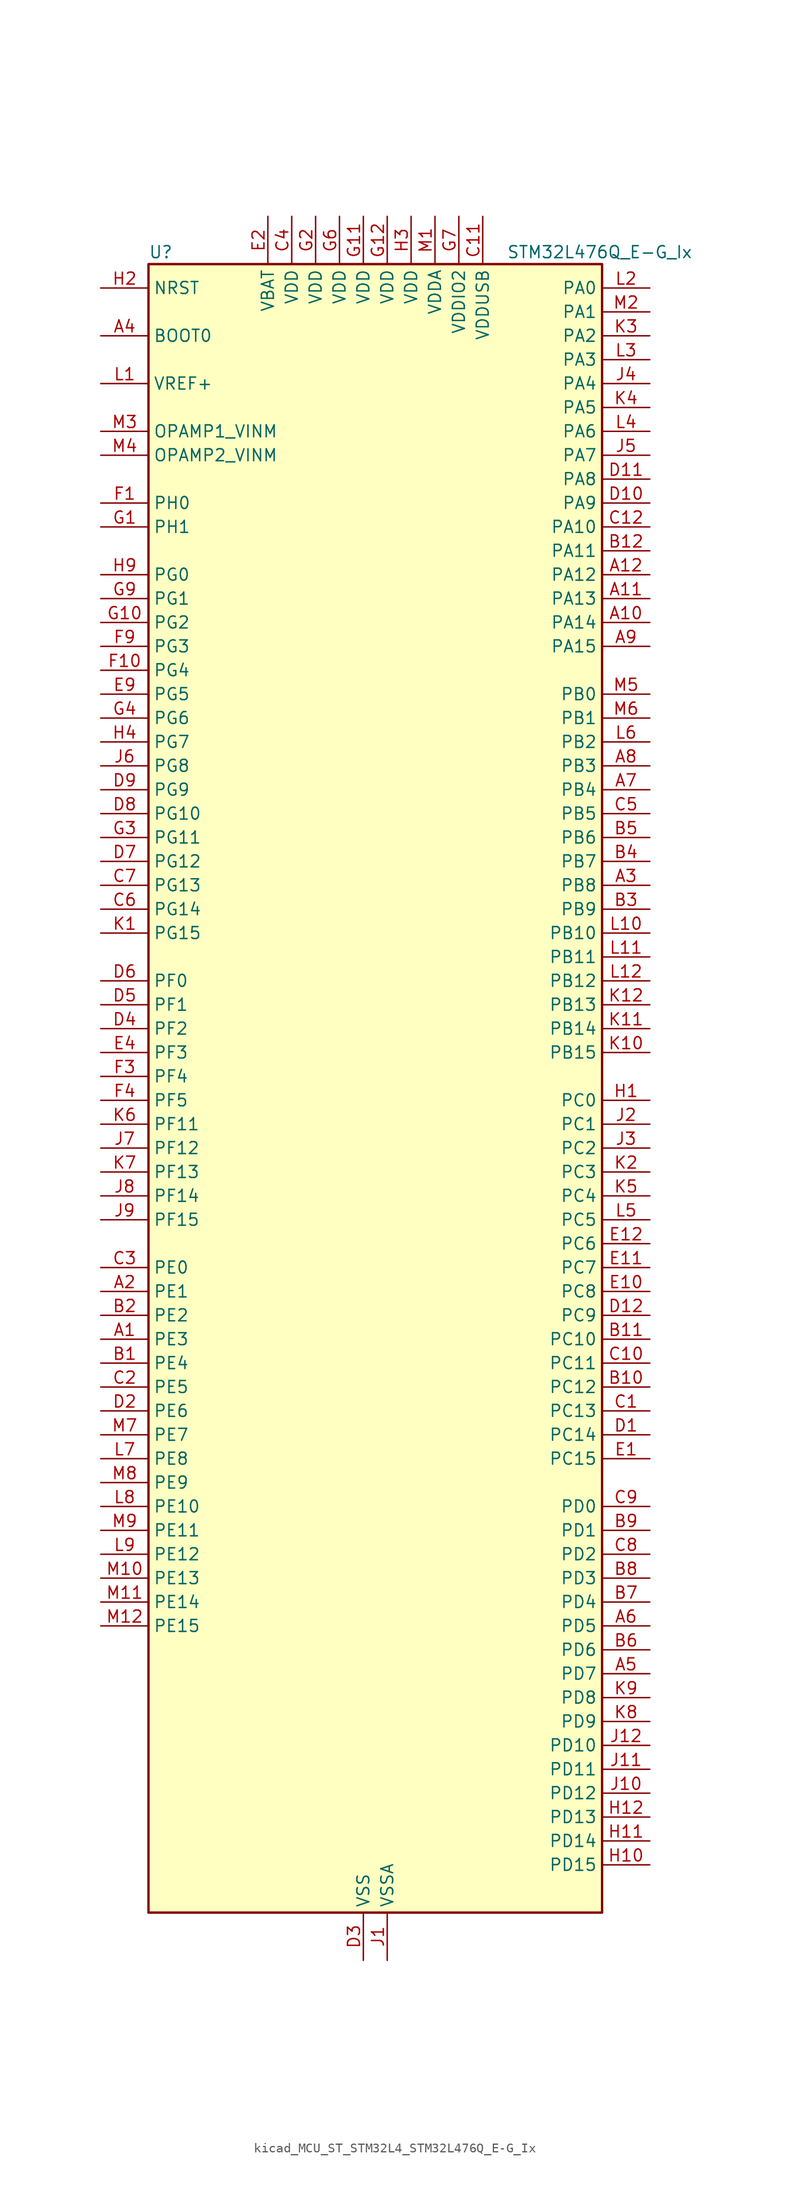
<source format=kicad_sym>
(kicad_symbol_lib
  (version 20220914)
  (generator kicad_symbol_editor)
  (symbol "kicad_MCU_ST_STM32L4_STM32L476Q_E-G_Ix"
    (property "Reference" "U"
      (at -22.86 90.17 0)
      (effects (font (size 1.27 1.27)) (justify left)))
    (property "Value" "STM32L476Q_E-G_Ix"
      (at 15.24 90.17 0)
      (effects (font (size 1.27 1.27)) (justify left)))
    (property "ki_locked" ""
      (at 0 0 0)
      (effects (font (size 1.27 1.27))))
    (symbol "kicad_MCU_ST_STM32L4_STM32L476Q_E-G_Ix_0_1"
      (rectangle (start -22.86 -86.36) (end 25.4 88.9) (stroke (width 0.254) (type default)) (fill (type background))))
    (symbol "kicad_MCU_ST_STM32L4_STM32L476Q_E-G_Ix_1_1"
      (pin bidirectional line (at -27.94 -25.4 0) (length 5.08) (name "PE3" (effects (font (size 1.27 1.27)))) (number "A1" (effects (font (size 1.27 1.27)))) (alternate "FMC_A19" bidirectional line) (alternate "LCD_SEG39" bidirectional line) (alternate "SAI1_SD_B" bidirectional line) (alternate "SYS_TRACED0" bidirectional line) (alternate "TIM3_CH1" bidirectional line) (alternate "TSC_G7_IO2" bidirectional line))
      (pin bidirectional line (at 30.48 50.8 180) (length 5.08) (name "PA14" (effects (font (size 1.27 1.27)))) (number "A10" (effects (font (size 1.27 1.27)))) (alternate "SYS_JTCK-SWCLK" bidirectional line))
      (pin bidirectional line (at 30.48 53.34 180) (length 5.08) (name "PA13" (effects (font (size 1.27 1.27)))) (number "A11" (effects (font (size 1.27 1.27)))) (alternate "IR_OUT" bidirectional line) (alternate "SYS_JTMS-SWDIO" bidirectional line) (alternate "USB_OTG_FS_NOE" bidirectional line))
      (pin bidirectional line (at 30.48 55.88 180) (length 5.08) (name "PA12" (effects (font (size 1.27 1.27)))) (number "A12" (effects (font (size 1.27 1.27)))) (alternate "CAN1_TX" bidirectional line) (alternate "TIM1_ETR" bidirectional line) (alternate "USART1_DE" bidirectional line) (alternate "USART1_RTS" bidirectional line) (alternate "USB_OTG_FS_DP" bidirectional line))
      (pin bidirectional line (at -27.94 -20.32 0) (length 5.08) (name "PE1" (effects (font (size 1.27 1.27)))) (number "A2" (effects (font (size 1.27 1.27)))) (alternate "FMC_NBL1" bidirectional line) (alternate "LCD_SEG37" bidirectional line) (alternate "TIM17_CH1" bidirectional line))
      (pin bidirectional line (at 30.48 22.86 180) (length 5.08) (name "PB8" (effects (font (size 1.27 1.27)))) (number "A3" (effects (font (size 1.27 1.27)))) (alternate "CAN1_RX" bidirectional line) (alternate "DFSDM1_DATIN6" bidirectional line) (alternate "I2C1_SCL" bidirectional line) (alternate "LCD_SEG16" bidirectional line) (alternate "SAI1_MCLK_A" bidirectional line) (alternate "SDMMC1_D4" bidirectional line) (alternate "TIM16_CH1" bidirectional line) (alternate "TIM4_CH3" bidirectional line))
      (pin input line (at -27.94 81.28 0) (length 5.08) (name "BOOT0" (effects (font (size 1.27 1.27)))) (number "A4" (effects (font (size 1.27 1.27)))))
      (pin bidirectional line (at 30.48 -60.96 180) (length 5.08) (name "PD7" (effects (font (size 1.27 1.27)))) (number "A5" (effects (font (size 1.27 1.27)))) (alternate "DFSDM1_CKIN1" bidirectional line) (alternate "FMC_NE1" bidirectional line) (alternate "USART2_CK" bidirectional line))
      (pin bidirectional line (at 30.48 -55.88 180) (length 5.08) (name "PD5" (effects (font (size 1.27 1.27)))) (number "A6" (effects (font (size 1.27 1.27)))) (alternate "FMC_NWE" bidirectional line) (alternate "USART2_TX" bidirectional line))
      (pin bidirectional line (at 30.48 33.02 180) (length 5.08) (name "PB4" (effects (font (size 1.27 1.27)))) (number "A7" (effects (font (size 1.27 1.27)))) (alternate "COMP2_INP" bidirectional line) (alternate "LCD_SEG8" bidirectional line) (alternate "SAI1_MCLK_B" bidirectional line) (alternate "SPI1_MISO" bidirectional line) (alternate "SPI3_MISO" bidirectional line) (alternate "SYS_JTRST" bidirectional line) (alternate "TIM17_BKIN" bidirectional line) (alternate "TIM3_CH1" bidirectional line) (alternate "TSC_G2_IO1" bidirectional line) (alternate "UART5_DE" bidirectional line) (alternate "UART5_RTS" bidirectional line) (alternate "USART1_CTS" bidirectional line))
      (pin bidirectional line (at 30.48 35.56 180) (length 5.08) (name "PB3" (effects (font (size 1.27 1.27)))) (number "A8" (effects (font (size 1.27 1.27)))) (alternate "COMP2_INM" bidirectional line) (alternate "LCD_SEG7" bidirectional line) (alternate "SAI1_SCK_B" bidirectional line) (alternate "SPI1_SCK" bidirectional line) (alternate "SPI3_SCK" bidirectional line) (alternate "SYS_JTDO-SWO" bidirectional line) (alternate "TIM2_CH2" bidirectional line) (alternate "USART1_DE" bidirectional line) (alternate "USART1_RTS" bidirectional line))
      (pin bidirectional line (at 30.48 48.26 180) (length 5.08) (name "PA15" (effects (font (size 1.27 1.27)))) (number "A9" (effects (font (size 1.27 1.27)))) (alternate "ADC1_EXTI15" bidirectional line) (alternate "ADC2_EXTI15" bidirectional line) (alternate "ADC3_EXTI15" bidirectional line) (alternate "LCD_SEG17" bidirectional line) (alternate "SAI2_FS_B" bidirectional line) (alternate "SPI1_NSS" bidirectional line) (alternate "SPI3_NSS" bidirectional line) (alternate "SYS_JTDI" bidirectional line) (alternate "TIM2_CH1" bidirectional line) (alternate "TIM2_ETR" bidirectional line) (alternate "TSC_G3_IO1" bidirectional line) (alternate "UART4_DE" bidirectional line) (alternate "UART4_RTS" bidirectional line))
      (pin bidirectional line (at -27.94 -27.94 0) (length 5.08) (name "PE4" (effects (font (size 1.27 1.27)))) (number "B1" (effects (font (size 1.27 1.27)))) (alternate "DFSDM1_DATIN3" bidirectional line) (alternate "FMC_A20" bidirectional line) (alternate "SAI1_FS_A" bidirectional line) (alternate "SYS_TRACED1" bidirectional line) (alternate "TIM3_CH2" bidirectional line) (alternate "TSC_G7_IO3" bidirectional line))
      (pin bidirectional line (at 30.48 -30.48 180) (length 5.08) (name "PC12" (effects (font (size 1.27 1.27)))) (number "B10" (effects (font (size 1.27 1.27)))) (alternate "LCD_COM6" bidirectional line) (alternate "LCD_SEG30" bidirectional line) (alternate "LCD_SEG42" bidirectional line) (alternate "SAI2_SD_B" bidirectional line) (alternate "SDMMC1_CK" bidirectional line) (alternate "SPI3_MOSI" bidirectional line) (alternate "TSC_G3_IO4" bidirectional line) (alternate "UART5_TX" bidirectional line) (alternate "USART3_CK" bidirectional line))
      (pin bidirectional line (at 30.48 -25.4 180) (length 5.08) (name "PC10" (effects (font (size 1.27 1.27)))) (number "B11" (effects (font (size 1.27 1.27)))) (alternate "LCD_COM4" bidirectional line) (alternate "LCD_SEG28" bidirectional line) (alternate "LCD_SEG40" bidirectional line) (alternate "SAI2_SCK_B" bidirectional line) (alternate "SDMMC1_D2" bidirectional line) (alternate "SPI3_SCK" bidirectional line) (alternate "TSC_G3_IO2" bidirectional line) (alternate "UART4_TX" bidirectional line) (alternate "USART3_TX" bidirectional line))
      (pin bidirectional line (at 30.48 58.42 180) (length 5.08) (name "PA11" (effects (font (size 1.27 1.27)))) (number "B12" (effects (font (size 1.27 1.27)))) (alternate "ADC1_EXTI11" bidirectional line) (alternate "ADC2_EXTI11" bidirectional line) (alternate "ADC3_EXTI11" bidirectional line) (alternate "CAN1_RX" bidirectional line) (alternate "TIM1_BKIN2" bidirectional line) (alternate "TIM1_BKIN2_COMP1" bidirectional line) (alternate "TIM1_CH4" bidirectional line) (alternate "USART1_CTS" bidirectional line) (alternate "USB_OTG_FS_DM" bidirectional line))
      (pin bidirectional line (at -27.94 -22.86 0) (length 5.08) (name "PE2" (effects (font (size 1.27 1.27)))) (number "B2" (effects (font (size 1.27 1.27)))) (alternate "FMC_A23" bidirectional line) (alternate "LCD_SEG38" bidirectional line) (alternate "SAI1_MCLK_A" bidirectional line) (alternate "SYS_TRACECLK" bidirectional line) (alternate "TIM3_ETR" bidirectional line) (alternate "TSC_G7_IO1" bidirectional line))
      (pin bidirectional line (at 30.48 20.32 180) (length 5.08) (name "PB9" (effects (font (size 1.27 1.27)))) (number "B3" (effects (font (size 1.27 1.27)))) (alternate "CAN1_TX" bidirectional line) (alternate "DAC1_EXTI9" bidirectional line) (alternate "DFSDM1_CKIN6" bidirectional line) (alternate "I2C1_SDA" bidirectional line) (alternate "IR_OUT" bidirectional line) (alternate "LCD_COM3" bidirectional line) (alternate "SAI1_FS_A" bidirectional line) (alternate "SDMMC1_D5" bidirectional line) (alternate "SPI2_NSS" bidirectional line) (alternate "TIM17_CH1" bidirectional line) (alternate "TIM4_CH4" bidirectional line))
      (pin bidirectional line (at 30.48 25.4 180) (length 5.08) (name "PB7" (effects (font (size 1.27 1.27)))) (number "B4" (effects (font (size 1.27 1.27)))) (alternate "COMP2_INM" bidirectional line) (alternate "DFSDM1_CKIN5" bidirectional line) (alternate "FMC_NL" bidirectional line) (alternate "I2C1_SDA" bidirectional line) (alternate "LCD_SEG21" bidirectional line) (alternate "LPTIM1_IN2" bidirectional line) (alternate "SYS_PVD_IN" bidirectional line) (alternate "TIM17_CH1N" bidirectional line) (alternate "TIM4_CH2" bidirectional line) (alternate "TIM8_BKIN" bidirectional line) (alternate "TIM8_BKIN_COMP1" bidirectional line) (alternate "TSC_G2_IO4" bidirectional line) (alternate "UART4_CTS" bidirectional line) (alternate "USART1_RX" bidirectional line))
      (pin bidirectional line (at 30.48 27.94 180) (length 5.08) (name "PB6" (effects (font (size 1.27 1.27)))) (number "B5" (effects (font (size 1.27 1.27)))) (alternate "COMP2_INP" bidirectional line) (alternate "DFSDM1_DATIN5" bidirectional line) (alternate "I2C1_SCL" bidirectional line) (alternate "LPTIM1_ETR" bidirectional line) (alternate "SAI1_FS_B" bidirectional line) (alternate "TIM16_CH1N" bidirectional line) (alternate "TIM4_CH1" bidirectional line) (alternate "TIM8_BKIN2" bidirectional line) (alternate "TIM8_BKIN2_COMP2" bidirectional line) (alternate "TSC_G2_IO3" bidirectional line) (alternate "USART1_TX" bidirectional line))
      (pin bidirectional line (at 30.48 -58.42 180) (length 5.08) (name "PD6" (effects (font (size 1.27 1.27)))) (number "B6" (effects (font (size 1.27 1.27)))) (alternate "DFSDM1_DATIN1" bidirectional line) (alternate "FMC_NWAIT" bidirectional line) (alternate "SAI1_SD_A" bidirectional line) (alternate "USART2_RX" bidirectional line))
      (pin bidirectional line (at 30.48 -53.34 180) (length 5.08) (name "PD4" (effects (font (size 1.27 1.27)))) (number "B7" (effects (font (size 1.27 1.27)))) (alternate "DFSDM1_CKIN0" bidirectional line) (alternate "FMC_NOE" bidirectional line) (alternate "SPI2_MOSI" bidirectional line) (alternate "USART2_DE" bidirectional line) (alternate "USART2_RTS" bidirectional line))
      (pin bidirectional line (at 30.48 -50.8 180) (length 5.08) (name "PD3" (effects (font (size 1.27 1.27)))) (number "B8" (effects (font (size 1.27 1.27)))) (alternate "DFSDM1_DATIN0" bidirectional line) (alternate "FMC_CLK" bidirectional line) (alternate "SPI2_MISO" bidirectional line) (alternate "USART2_CTS" bidirectional line))
      (pin bidirectional line (at 30.48 -45.72 180) (length 5.08) (name "PD1" (effects (font (size 1.27 1.27)))) (number "B9" (effects (font (size 1.27 1.27)))) (alternate "CAN1_TX" bidirectional line) (alternate "DFSDM1_CKIN7" bidirectional line) (alternate "FMC_D3" bidirectional line) (alternate "FMC_DA3" bidirectional line) (alternate "SPI2_SCK" bidirectional line))
      (pin bidirectional line (at 30.48 -33.02 180) (length 5.08) (name "PC13" (effects (font (size 1.27 1.27)))) (number "C1" (effects (font (size 1.27 1.27)))) (alternate "RTC_OUT_ALARM" bidirectional line) (alternate "RTC_OUT_CALIB" bidirectional line) (alternate "RTC_TAMP1" bidirectional line) (alternate "RTC_TS" bidirectional line) (alternate "SYS_WKUP2" bidirectional line))
      (pin bidirectional line (at 30.48 -27.94 180) (length 5.08) (name "PC11" (effects (font (size 1.27 1.27)))) (number "C10" (effects (font (size 1.27 1.27)))) (alternate "ADC1_EXTI11" bidirectional line) (alternate "ADC2_EXTI11" bidirectional line) (alternate "ADC3_EXTI11" bidirectional line) (alternate "LCD_COM5" bidirectional line) (alternate "LCD_SEG29" bidirectional line) (alternate "LCD_SEG41" bidirectional line) (alternate "SAI2_MCLK_B" bidirectional line) (alternate "SDMMC1_D3" bidirectional line) (alternate "SPI3_MISO" bidirectional line) (alternate "TSC_G3_IO3" bidirectional line) (alternate "UART4_RX" bidirectional line) (alternate "USART3_RX" bidirectional line))
      (pin power_in line (at 12.7 93.98 270) (length 5.08) (name "VDDUSB" (effects (font (size 1.27 1.27)))) (number "C11" (effects (font (size 1.27 1.27)))))
      (pin bidirectional line (at 30.48 60.96 180) (length 5.08) (name "PA10" (effects (font (size 1.27 1.27)))) (number "C12" (effects (font (size 1.27 1.27)))) (alternate "LCD_COM2" bidirectional line) (alternate "TIM17_BKIN" bidirectional line) (alternate "TIM1_CH3" bidirectional line) (alternate "USART1_RX" bidirectional line) (alternate "USB_OTG_FS_ID" bidirectional line))
      (pin bidirectional line (at -27.94 -30.48 0) (length 5.08) (name "PE5" (effects (font (size 1.27 1.27)))) (number "C2" (effects (font (size 1.27 1.27)))) (alternate "DFSDM1_CKIN3" bidirectional line) (alternate "FMC_A21" bidirectional line) (alternate "SAI1_SCK_A" bidirectional line) (alternate "SYS_TRACED2" bidirectional line) (alternate "TIM3_CH3" bidirectional line) (alternate "TSC_G7_IO4" bidirectional line))
      (pin bidirectional line (at -27.94 -17.78 0) (length 5.08) (name "PE0" (effects (font (size 1.27 1.27)))) (number "C3" (effects (font (size 1.27 1.27)))) (alternate "FMC_NBL0" bidirectional line) (alternate "LCD_SEG36" bidirectional line) (alternate "TIM16_CH1" bidirectional line) (alternate "TIM4_ETR" bidirectional line))
      (pin power_in line (at -7.62 93.98 270) (length 5.08) (name "VDD" (effects (font (size 1.27 1.27)))) (number "C4" (effects (font (size 1.27 1.27)))))
      (pin bidirectional line (at 30.48 30.48 180) (length 5.08) (name "PB5" (effects (font (size 1.27 1.27)))) (number "C5" (effects (font (size 1.27 1.27)))) (alternate "COMP2_OUT" bidirectional line) (alternate "I2C1_SMBA" bidirectional line) (alternate "LCD_SEG9" bidirectional line) (alternate "LPTIM1_IN1" bidirectional line) (alternate "SAI1_SD_B" bidirectional line) (alternate "SPI1_MOSI" bidirectional line) (alternate "SPI3_MOSI" bidirectional line) (alternate "TIM16_BKIN" bidirectional line) (alternate "TIM3_CH2" bidirectional line) (alternate "TSC_G2_IO2" bidirectional line) (alternate "UART5_CTS" bidirectional line) (alternate "USART1_CK" bidirectional line))
      (pin bidirectional line (at -27.94 20.32 0) (length 5.08) (name "PG14" (effects (font (size 1.27 1.27)))) (number "C6" (effects (font (size 1.27 1.27)))) (alternate "FMC_A25" bidirectional line) (alternate "I2C1_SCL" bidirectional line))
      (pin bidirectional line (at -27.94 22.86 0) (length 5.08) (name "PG13" (effects (font (size 1.27 1.27)))) (number "C7" (effects (font (size 1.27 1.27)))) (alternate "FMC_A24" bidirectional line) (alternate "I2C1_SDA" bidirectional line) (alternate "USART1_CK" bidirectional line))
      (pin bidirectional line (at 30.48 -48.26 180) (length 5.08) (name "PD2" (effects (font (size 1.27 1.27)))) (number "C8" (effects (font (size 1.27 1.27)))) (alternate "LCD_COM7" bidirectional line) (alternate "LCD_SEG31" bidirectional line) (alternate "LCD_SEG43" bidirectional line) (alternate "SDMMC1_CMD" bidirectional line) (alternate "TIM3_ETR" bidirectional line) (alternate "TSC_SYNC" bidirectional line) (alternate "UART5_RX" bidirectional line) (alternate "USART3_DE" bidirectional line) (alternate "USART3_RTS" bidirectional line))
      (pin bidirectional line (at 30.48 -43.18 180) (length 5.08) (name "PD0" (effects (font (size 1.27 1.27)))) (number "C9" (effects (font (size 1.27 1.27)))) (alternate "CAN1_RX" bidirectional line) (alternate "DFSDM1_DATIN7" bidirectional line) (alternate "FMC_D2" bidirectional line) (alternate "FMC_DA2" bidirectional line) (alternate "SPI2_NSS" bidirectional line))
      (pin bidirectional line (at 30.48 -35.56 180) (length 5.08) (name "PC14" (effects (font (size 1.27 1.27)))) (number "D1" (effects (font (size 1.27 1.27)))) (alternate "RCC_OSC32_IN" bidirectional line))
      (pin bidirectional line (at 30.48 63.5 180) (length 5.08) (name "PA9" (effects (font (size 1.27 1.27)))) (number "D10" (effects (font (size 1.27 1.27)))) (alternate "DAC1_EXTI9" bidirectional line) (alternate "LCD_COM1" bidirectional line) (alternate "TIM15_BKIN" bidirectional line) (alternate "TIM1_CH2" bidirectional line) (alternate "USART1_TX" bidirectional line) (alternate "USB_OTG_FS_VBUS" bidirectional line))
      (pin bidirectional line (at 30.48 66.04 180) (length 5.08) (name "PA8" (effects (font (size 1.27 1.27)))) (number "D11" (effects (font (size 1.27 1.27)))) (alternate "LCD_COM0" bidirectional line) (alternate "LPTIM2_OUT" bidirectional line) (alternate "RCC_MCO" bidirectional line) (alternate "TIM1_CH1" bidirectional line) (alternate "USART1_CK" bidirectional line) (alternate "USB_OTG_FS_SOF" bidirectional line))
      (pin bidirectional line (at 30.48 -22.86 180) (length 5.08) (name "PC9" (effects (font (size 1.27 1.27)))) (number "D12" (effects (font (size 1.27 1.27)))) (alternate "DAC1_EXTI9" bidirectional line) (alternate "LCD_SEG27" bidirectional line) (alternate "SAI2_EXTCLK" bidirectional line) (alternate "SDMMC1_D1" bidirectional line) (alternate "TIM3_CH4" bidirectional line) (alternate "TIM8_BKIN2" bidirectional line) (alternate "TIM8_BKIN2_COMP1" bidirectional line) (alternate "TIM8_CH4" bidirectional line) (alternate "TSC_G4_IO4" bidirectional line) (alternate "USB_OTG_FS_NOE" bidirectional line))
      (pin bidirectional line (at -27.94 -33.02 0) (length 5.08) (name "PE6" (effects (font (size 1.27 1.27)))) (number "D2" (effects (font (size 1.27 1.27)))) (alternate "FMC_A22" bidirectional line) (alternate "RTC_TAMP3" bidirectional line) (alternate "SAI1_SD_A" bidirectional line) (alternate "SYS_TRACED3" bidirectional line) (alternate "SYS_WKUP3" bidirectional line) (alternate "TIM3_CH4" bidirectional line))
      (pin power_in line (at 0 -91.44 90) (length 5.08) (name "VSS" (effects (font (size 1.27 1.27)))) (number "D3" (effects (font (size 1.27 1.27)))))
      (pin bidirectional line (at -27.94 7.62 0) (length 5.08) (name "PF2" (effects (font (size 1.27 1.27)))) (number "D4" (effects (font (size 1.27 1.27)))) (alternate "FMC_A2" bidirectional line) (alternate "I2C2_SMBA" bidirectional line))
      (pin bidirectional line (at -27.94 10.16 0) (length 5.08) (name "PF1" (effects (font (size 1.27 1.27)))) (number "D5" (effects (font (size 1.27 1.27)))) (alternate "FMC_A1" bidirectional line) (alternate "I2C2_SCL" bidirectional line))
      (pin bidirectional line (at -27.94 12.7 0) (length 5.08) (name "PF0" (effects (font (size 1.27 1.27)))) (number "D6" (effects (font (size 1.27 1.27)))) (alternate "FMC_A0" bidirectional line) (alternate "I2C2_SDA" bidirectional line))
      (pin bidirectional line (at -27.94 25.4 0) (length 5.08) (name "PG12" (effects (font (size 1.27 1.27)))) (number "D7" (effects (font (size 1.27 1.27)))) (alternate "FMC_NE4" bidirectional line) (alternate "LPTIM1_ETR" bidirectional line) (alternate "SAI2_SD_A" bidirectional line) (alternate "SPI3_NSS" bidirectional line) (alternate "USART1_DE" bidirectional line) (alternate "USART1_RTS" bidirectional line))
      (pin bidirectional line (at -27.94 30.48 0) (length 5.08) (name "PG10" (effects (font (size 1.27 1.27)))) (number "D8" (effects (font (size 1.27 1.27)))) (alternate "FMC_NE3" bidirectional line) (alternate "LPTIM1_IN1" bidirectional line) (alternate "SAI2_FS_A" bidirectional line) (alternate "SPI3_MISO" bidirectional line) (alternate "TIM15_CH1" bidirectional line) (alternate "USART1_RX" bidirectional line))
      (pin bidirectional line (at -27.94 33.02 0) (length 5.08) (name "PG9" (effects (font (size 1.27 1.27)))) (number "D9" (effects (font (size 1.27 1.27)))) (alternate "DAC1_EXTI9" bidirectional line) (alternate "FMC_NCE3" bidirectional line) (alternate "FMC_NE2" bidirectional line) (alternate "SAI2_SCK_A" bidirectional line) (alternate "SPI3_SCK" bidirectional line) (alternate "TIM15_CH1N" bidirectional line) (alternate "USART1_TX" bidirectional line))
      (pin bidirectional line (at 30.48 -38.1 180) (length 5.08) (name "PC15" (effects (font (size 1.27 1.27)))) (number "E1" (effects (font (size 1.27 1.27)))) (alternate "ADC1_EXTI15" bidirectional line) (alternate "ADC2_EXTI15" bidirectional line) (alternate "ADC3_EXTI15" bidirectional line) (alternate "RCC_OSC32_OUT" bidirectional line))
      (pin bidirectional line (at 30.48 -20.32 180) (length 5.08) (name "PC8" (effects (font (size 1.27 1.27)))) (number "E10" (effects (font (size 1.27 1.27)))) (alternate "LCD_SEG26" bidirectional line) (alternate "SDMMC1_D0" bidirectional line) (alternate "TIM3_CH3" bidirectional line) (alternate "TIM8_CH3" bidirectional line) (alternate "TSC_G4_IO3" bidirectional line))
      (pin bidirectional line (at 30.48 -17.78 180) (length 5.08) (name "PC7" (effects (font (size 1.27 1.27)))) (number "E11" (effects (font (size 1.27 1.27)))) (alternate "DFSDM1_DATIN3" bidirectional line) (alternate "LCD_SEG25" bidirectional line) (alternate "SAI2_MCLK_B" bidirectional line) (alternate "SDMMC1_D7" bidirectional line) (alternate "TIM3_CH2" bidirectional line) (alternate "TIM8_CH2" bidirectional line) (alternate "TSC_G4_IO2" bidirectional line))
      (pin bidirectional line (at 30.48 -15.24 180) (length 5.08) (name "PC6" (effects (font (size 1.27 1.27)))) (number "E12" (effects (font (size 1.27 1.27)))) (alternate "DFSDM1_CKIN3" bidirectional line) (alternate "LCD_SEG24" bidirectional line) (alternate "SAI2_MCLK_A" bidirectional line) (alternate "SDMMC1_D6" bidirectional line) (alternate "TIM3_CH1" bidirectional line) (alternate "TIM8_CH1" bidirectional line) (alternate "TSC_G4_IO1" bidirectional line))
      (pin power_in line (at -10.16 93.98 270) (length 5.08) (name "VBAT" (effects (font (size 1.27 1.27)))) (number "E2" (effects (font (size 1.27 1.27)))))
      (pin passive line (at 0 -91.44 90) (length 5.08) hide (name "VSS" (effects (font (size 1.27 1.27)))) (number "E3" (effects (font (size 1.27 1.27)))))
      (pin bidirectional line (at -27.94 5.08 0) (length 5.08) (name "PF3" (effects (font (size 1.27 1.27)))) (number "E4" (effects (font (size 1.27 1.27)))) (alternate "ADC3_IN6" bidirectional line) (alternate "FMC_A3" bidirectional line))
      (pin bidirectional line (at -27.94 43.18 0) (length 5.08) (name "PG5" (effects (font (size 1.27 1.27)))) (number "E9" (effects (font (size 1.27 1.27)))) (alternate "FMC_A15" bidirectional line) (alternate "LPUART1_CTS" bidirectional line) (alternate "SAI2_SD_B" bidirectional line) (alternate "SPI1_NSS" bidirectional line))
      (pin bidirectional line (at -27.94 63.5 0) (length 5.08) (name "PH0" (effects (font (size 1.27 1.27)))) (number "F1" (effects (font (size 1.27 1.27)))) (alternate "RCC_OSC_IN" bidirectional line))
      (pin bidirectional line (at -27.94 45.72 0) (length 5.08) (name "PG4" (effects (font (size 1.27 1.27)))) (number "F10" (effects (font (size 1.27 1.27)))) (alternate "FMC_A14" bidirectional line) (alternate "SAI2_MCLK_B" bidirectional line) (alternate "SPI1_MOSI" bidirectional line))
      (pin passive line (at 0 -91.44 90) (length 5.08) hide (name "VSS" (effects (font (size 1.27 1.27)))) (number "F11" (effects (font (size 1.27 1.27)))))
      (pin passive line (at 0 -91.44 90) (length 5.08) hide (name "VSS" (effects (font (size 1.27 1.27)))) (number "F12" (effects (font (size 1.27 1.27)))))
      (pin passive line (at 0 -91.44 90) (length 5.08) hide (name "VSS" (effects (font (size 1.27 1.27)))) (number "F2" (effects (font (size 1.27 1.27)))))
      (pin bidirectional line (at -27.94 2.54 0) (length 5.08) (name "PF4" (effects (font (size 1.27 1.27)))) (number "F3" (effects (font (size 1.27 1.27)))) (alternate "ADC3_IN7" bidirectional line) (alternate "FMC_A4" bidirectional line))
      (pin bidirectional line (at -27.94 0 0) (length 5.08) (name "PF5" (effects (font (size 1.27 1.27)))) (number "F4" (effects (font (size 1.27 1.27)))) (alternate "ADC3_IN8" bidirectional line) (alternate "FMC_A5" bidirectional line))
      (pin passive line (at 0 -91.44 90) (length 5.08) hide (name "VSS" (effects (font (size 1.27 1.27)))) (number "F6" (effects (font (size 1.27 1.27)))))
      (pin passive line (at 0 -91.44 90) (length 5.08) hide (name "VSS" (effects (font (size 1.27 1.27)))) (number "F7" (effects (font (size 1.27 1.27)))))
      (pin bidirectional line (at -27.94 48.26 0) (length 5.08) (name "PG3" (effects (font (size 1.27 1.27)))) (number "F9" (effects (font (size 1.27 1.27)))) (alternate "FMC_A13" bidirectional line) (alternate "SAI2_FS_B" bidirectional line) (alternate "SPI1_MISO" bidirectional line))
      (pin bidirectional line (at -27.94 60.96 0) (length 5.08) (name "PH1" (effects (font (size 1.27 1.27)))) (number "G1" (effects (font (size 1.27 1.27)))) (alternate "RCC_OSC_OUT" bidirectional line))
      (pin bidirectional line (at -27.94 50.8 0) (length 5.08) (name "PG2" (effects (font (size 1.27 1.27)))) (number "G10" (effects (font (size 1.27 1.27)))) (alternate "FMC_A12" bidirectional line) (alternate "SAI2_SCK_B" bidirectional line) (alternate "SPI1_SCK" bidirectional line))
      (pin power_in line (at 0 93.98 270) (length 5.08) (name "VDD" (effects (font (size 1.27 1.27)))) (number "G11" (effects (font (size 1.27 1.27)))))
      (pin power_in line (at 2.54 93.98 270) (length 5.08) (name "VDD" (effects (font (size 1.27 1.27)))) (number "G12" (effects (font (size 1.27 1.27)))))
      (pin power_in line (at -5.08 93.98 270) (length 5.08) (name "VDD" (effects (font (size 1.27 1.27)))) (number "G2" (effects (font (size 1.27 1.27)))))
      (pin bidirectional line (at -27.94 27.94 0) (length 5.08) (name "PG11" (effects (font (size 1.27 1.27)))) (number "G3" (effects (font (size 1.27 1.27)))) (alternate "ADC1_EXTI11" bidirectional line) (alternate "ADC2_EXTI11" bidirectional line) (alternate "ADC3_EXTI11" bidirectional line) (alternate "LPTIM1_IN2" bidirectional line) (alternate "SAI2_MCLK_A" bidirectional line) (alternate "SPI3_MOSI" bidirectional line) (alternate "TIM15_CH2" bidirectional line) (alternate "USART1_CTS" bidirectional line))
      (pin bidirectional line (at -27.94 40.64 0) (length 5.08) (name "PG6" (effects (font (size 1.27 1.27)))) (number "G4" (effects (font (size 1.27 1.27)))) (alternate "I2C3_SMBA" bidirectional line) (alternate "LPUART1_DE" bidirectional line) (alternate "LPUART1_RTS" bidirectional line))
      (pin power_in line (at -2.54 93.98 270) (length 5.08) (name "VDD" (effects (font (size 1.27 1.27)))) (number "G6" (effects (font (size 1.27 1.27)))))
      (pin power_in line (at 10.16 93.98 270) (length 5.08) (name "VDDIO2" (effects (font (size 1.27 1.27)))) (number "G7" (effects (font (size 1.27 1.27)))))
      (pin bidirectional line (at -27.94 53.34 0) (length 5.08) (name "PG1" (effects (font (size 1.27 1.27)))) (number "G9" (effects (font (size 1.27 1.27)))) (alternate "FMC_A11" bidirectional line) (alternate "TSC_G8_IO4" bidirectional line))
      (pin bidirectional line (at 30.48 0 180) (length 5.08) (name "PC0" (effects (font (size 1.27 1.27)))) (number "H1" (effects (font (size 1.27 1.27)))) (alternate "ADC1_IN1" bidirectional line) (alternate "ADC2_IN1" bidirectional line) (alternate "ADC3_IN1" bidirectional line) (alternate "DFSDM1_DATIN4" bidirectional line) (alternate "I2C3_SCL" bidirectional line) (alternate "LCD_SEG18" bidirectional line) (alternate "LPTIM1_IN1" bidirectional line) (alternate "LPTIM2_IN1" bidirectional line) (alternate "LPUART1_RX" bidirectional line))
      (pin bidirectional line (at 30.48 -81.28 180) (length 5.08) (name "PD15" (effects (font (size 1.27 1.27)))) (number "H10" (effects (font (size 1.27 1.27)))) (alternate "ADC1_EXTI15" bidirectional line) (alternate "ADC2_EXTI15" bidirectional line) (alternate "ADC3_EXTI15" bidirectional line) (alternate "FMC_D1" bidirectional line) (alternate "FMC_DA1" bidirectional line) (alternate "LCD_SEG35" bidirectional line) (alternate "TIM4_CH4" bidirectional line))
      (pin bidirectional line (at 30.48 -78.74 180) (length 5.08) (name "PD14" (effects (font (size 1.27 1.27)))) (number "H11" (effects (font (size 1.27 1.27)))) (alternate "FMC_D0" bidirectional line) (alternate "FMC_DA0" bidirectional line) (alternate "LCD_SEG34" bidirectional line) (alternate "TIM4_CH3" bidirectional line))
      (pin bidirectional line (at 30.48 -76.2 180) (length 5.08) (name "PD13" (effects (font (size 1.27 1.27)))) (number "H12" (effects (font (size 1.27 1.27)))) (alternate "FMC_A18" bidirectional line) (alternate "LCD_SEG33" bidirectional line) (alternate "LPTIM2_OUT" bidirectional line) (alternate "TIM4_CH2" bidirectional line) (alternate "TSC_G6_IO4" bidirectional line))
      (pin input line (at -27.94 86.36 0) (length 5.08) (name "NRST" (effects (font (size 1.27 1.27)))) (number "H2" (effects (font (size 1.27 1.27)))))
      (pin power_in line (at 5.08 93.98 270) (length 5.08) (name "VDD" (effects (font (size 1.27 1.27)))) (number "H3" (effects (font (size 1.27 1.27)))))
      (pin bidirectional line (at -27.94 38.1 0) (length 5.08) (name "PG7" (effects (font (size 1.27 1.27)))) (number "H4" (effects (font (size 1.27 1.27)))) (alternate "FMC_INT3" bidirectional line) (alternate "I2C3_SCL" bidirectional line) (alternate "LPUART1_TX" bidirectional line))
      (pin bidirectional line (at -27.94 55.88 0) (length 5.08) (name "PG0" (effects (font (size 1.27 1.27)))) (number "H9" (effects (font (size 1.27 1.27)))) (alternate "FMC_A10" bidirectional line) (alternate "TSC_G8_IO3" bidirectional line))
      (pin power_in line (at 2.54 -91.44 90) (length 5.08) (name "VSSA" (effects (font (size 1.27 1.27)))) (number "J1" (effects (font (size 1.27 1.27)))))
      (pin bidirectional line (at 30.48 -73.66 180) (length 5.08) (name "PD12" (effects (font (size 1.27 1.27)))) (number "J10" (effects (font (size 1.27 1.27)))) (alternate "FMC_A17" bidirectional line) (alternate "FMC_ALE" bidirectional line) (alternate "LCD_SEG32" bidirectional line) (alternate "LPTIM2_IN1" bidirectional line) (alternate "SAI2_FS_A" bidirectional line) (alternate "TIM4_CH1" bidirectional line) (alternate "TSC_G6_IO3" bidirectional line) (alternate "USART3_DE" bidirectional line) (alternate "USART3_RTS" bidirectional line))
      (pin bidirectional line (at 30.48 -71.12 180) (length 5.08) (name "PD11" (effects (font (size 1.27 1.27)))) (number "J11" (effects (font (size 1.27 1.27)))) (alternate "ADC1_EXTI11" bidirectional line) (alternate "ADC2_EXTI11" bidirectional line) (alternate "ADC3_EXTI11" bidirectional line) (alternate "FMC_A16" bidirectional line) (alternate "FMC_CLE" bidirectional line) (alternate "LCD_SEG31" bidirectional line) (alternate "LPTIM2_ETR" bidirectional line) (alternate "SAI2_SD_A" bidirectional line) (alternate "TSC_G6_IO2" bidirectional line) (alternate "USART3_CTS" bidirectional line))
      (pin bidirectional line (at 30.48 -68.58 180) (length 5.08) (name "PD10" (effects (font (size 1.27 1.27)))) (number "J12" (effects (font (size 1.27 1.27)))) (alternate "FMC_D15" bidirectional line) (alternate "FMC_DA15" bidirectional line) (alternate "LCD_SEG30" bidirectional line) (alternate "SAI2_SCK_A" bidirectional line) (alternate "TSC_G6_IO1" bidirectional line) (alternate "USART3_CK" bidirectional line))
      (pin bidirectional line (at 30.48 -2.54 180) (length 5.08) (name "PC1" (effects (font (size 1.27 1.27)))) (number "J2" (effects (font (size 1.27 1.27)))) (alternate "ADC1_IN2" bidirectional line) (alternate "ADC2_IN2" bidirectional line) (alternate "ADC3_IN2" bidirectional line) (alternate "DFSDM1_CKIN4" bidirectional line) (alternate "I2C3_SDA" bidirectional line) (alternate "LCD_SEG19" bidirectional line) (alternate "LPTIM1_OUT" bidirectional line) (alternate "LPUART1_TX" bidirectional line))
      (pin bidirectional line (at 30.48 -5.08 180) (length 5.08) (name "PC2" (effects (font (size 1.27 1.27)))) (number "J3" (effects (font (size 1.27 1.27)))) (alternate "ADC1_IN3" bidirectional line) (alternate "ADC2_IN3" bidirectional line) (alternate "ADC3_IN3" bidirectional line) (alternate "DFSDM1_CKOUT" bidirectional line) (alternate "LCD_SEG20" bidirectional line) (alternate "LPTIM1_IN2" bidirectional line) (alternate "SPI2_MISO" bidirectional line))
      (pin bidirectional line (at 30.48 76.2 180) (length 5.08) (name "PA4" (effects (font (size 1.27 1.27)))) (number "J4" (effects (font (size 1.27 1.27)))) (alternate "ADC1_IN9" bidirectional line) (alternate "ADC2_IN9" bidirectional line) (alternate "DAC1_OUT1" bidirectional line) (alternate "LPTIM2_OUT" bidirectional line) (alternate "SAI1_FS_B" bidirectional line) (alternate "SPI1_NSS" bidirectional line) (alternate "SPI3_NSS" bidirectional line) (alternate "USART2_CK" bidirectional line))
      (pin bidirectional line (at 30.48 68.58 180) (length 5.08) (name "PA7" (effects (font (size 1.27 1.27)))) (number "J5" (effects (font (size 1.27 1.27)))) (alternate "ADC1_IN12" bidirectional line) (alternate "ADC2_IN12" bidirectional line) (alternate "LCD_SEG4" bidirectional line) (alternate "OPAMP2_VINM" bidirectional line) (alternate "QUADSPI_BK1_IO2" bidirectional line) (alternate "SPI1_MOSI" bidirectional line) (alternate "TIM17_CH1" bidirectional line) (alternate "TIM1_CH1N" bidirectional line) (alternate "TIM3_CH2" bidirectional line) (alternate "TIM8_CH1N" bidirectional line))
      (pin bidirectional line (at -27.94 35.56 0) (length 5.08) (name "PG8" (effects (font (size 1.27 1.27)))) (number "J6" (effects (font (size 1.27 1.27)))) (alternate "I2C3_SDA" bidirectional line) (alternate "LPUART1_RX" bidirectional line))
      (pin bidirectional line (at -27.94 -5.08 0) (length 5.08) (name "PF12" (effects (font (size 1.27 1.27)))) (number "J7" (effects (font (size 1.27 1.27)))) (alternate "FMC_A6" bidirectional line))
      (pin bidirectional line (at -27.94 -10.16 0) (length 5.08) (name "PF14" (effects (font (size 1.27 1.27)))) (number "J8" (effects (font (size 1.27 1.27)))) (alternate "DFSDM1_CKIN6" bidirectional line) (alternate "FMC_A8" bidirectional line) (alternate "TSC_G8_IO1" bidirectional line))
      (pin bidirectional line (at -27.94 -12.7 0) (length 5.08) (name "PF15" (effects (font (size 1.27 1.27)))) (number "J9" (effects (font (size 1.27 1.27)))) (alternate "ADC1_EXTI15" bidirectional line) (alternate "ADC2_EXTI15" bidirectional line) (alternate "ADC3_EXTI15" bidirectional line) (alternate "FMC_A9" bidirectional line) (alternate "TSC_G8_IO2" bidirectional line))
      (pin bidirectional line (at -27.94 17.78 0) (length 5.08) (name "PG15" (effects (font (size 1.27 1.27)))) (number "K1" (effects (font (size 1.27 1.27)))) (alternate "ADC1_EXTI15" bidirectional line) (alternate "ADC2_EXTI15" bidirectional line) (alternate "ADC3_EXTI15" bidirectional line) (alternate "I2C1_SMBA" bidirectional line) (alternate "LPTIM1_OUT" bidirectional line))
      (pin bidirectional line (at 30.48 5.08 180) (length 5.08) (name "PB15" (effects (font (size 1.27 1.27)))) (number "K10" (effects (font (size 1.27 1.27)))) (alternate "ADC1_EXTI15" bidirectional line) (alternate "ADC2_EXTI15" bidirectional line) (alternate "ADC3_EXTI15" bidirectional line) (alternate "DFSDM1_CKIN2" bidirectional line) (alternate "LCD_SEG15" bidirectional line) (alternate "RTC_REFIN" bidirectional line) (alternate "SAI2_SD_A" bidirectional line) (alternate "SPI2_MOSI" bidirectional line) (alternate "SWPMI1_SUSPEND" bidirectional line) (alternate "TIM15_CH2" bidirectional line) (alternate "TIM1_CH3N" bidirectional line) (alternate "TIM8_CH3N" bidirectional line) (alternate "TSC_G1_IO4" bidirectional line))
      (pin bidirectional line (at 30.48 7.62 180) (length 5.08) (name "PB14" (effects (font (size 1.27 1.27)))) (number "K11" (effects (font (size 1.27 1.27)))) (alternate "DFSDM1_DATIN2" bidirectional line) (alternate "I2C2_SDA" bidirectional line) (alternate "LCD_SEG14" bidirectional line) (alternate "SAI2_MCLK_A" bidirectional line) (alternate "SPI2_MISO" bidirectional line) (alternate "SWPMI1_RX" bidirectional line) (alternate "TIM15_CH1" bidirectional line) (alternate "TIM1_CH2N" bidirectional line) (alternate "TIM8_CH2N" bidirectional line) (alternate "TSC_G1_IO3" bidirectional line) (alternate "USART3_DE" bidirectional line) (alternate "USART3_RTS" bidirectional line))
      (pin bidirectional line (at 30.48 10.16 180) (length 5.08) (name "PB13" (effects (font (size 1.27 1.27)))) (number "K12" (effects (font (size 1.27 1.27)))) (alternate "DFSDM1_CKIN1" bidirectional line) (alternate "I2C2_SCL" bidirectional line) (alternate "LCD_SEG13" bidirectional line) (alternate "LPUART1_CTS" bidirectional line) (alternate "SAI2_SCK_A" bidirectional line) (alternate "SPI2_SCK" bidirectional line) (alternate "SWPMI1_TX" bidirectional line) (alternate "TIM15_CH1N" bidirectional line) (alternate "TIM1_CH1N" bidirectional line) (alternate "TSC_G1_IO2" bidirectional line) (alternate "USART3_CTS" bidirectional line))
      (pin bidirectional line (at 30.48 -7.62 180) (length 5.08) (name "PC3" (effects (font (size 1.27 1.27)))) (number "K2" (effects (font (size 1.27 1.27)))) (alternate "ADC1_IN4" bidirectional line) (alternate "ADC2_IN4" bidirectional line) (alternate "ADC3_IN4" bidirectional line) (alternate "LCD_VLCD" bidirectional line) (alternate "LPTIM1_ETR" bidirectional line) (alternate "LPTIM2_ETR" bidirectional line) (alternate "SAI1_SD_A" bidirectional line) (alternate "SPI2_MOSI" bidirectional line))
      (pin bidirectional line (at 30.48 81.28 180) (length 5.08) (name "PA2" (effects (font (size 1.27 1.27)))) (number "K3" (effects (font (size 1.27 1.27)))) (alternate "ADC1_IN7" bidirectional line) (alternate "ADC2_IN7" bidirectional line) (alternate "LCD_SEG1" bidirectional line) (alternate "RCC_LSCO" bidirectional line) (alternate "SAI2_EXTCLK" bidirectional line) (alternate "SYS_WKUP4" bidirectional line) (alternate "TIM15_CH1" bidirectional line) (alternate "TIM2_CH3" bidirectional line) (alternate "TIM5_CH3" bidirectional line) (alternate "USART2_TX" bidirectional line))
      (pin bidirectional line (at 30.48 73.66 180) (length 5.08) (name "PA5" (effects (font (size 1.27 1.27)))) (number "K4" (effects (font (size 1.27 1.27)))) (alternate "ADC1_IN10" bidirectional line) (alternate "ADC2_IN10" bidirectional line) (alternate "DAC1_OUT2" bidirectional line) (alternate "LPTIM2_ETR" bidirectional line) (alternate "SPI1_SCK" bidirectional line) (alternate "TIM2_CH1" bidirectional line) (alternate "TIM2_ETR" bidirectional line) (alternate "TIM8_CH1N" bidirectional line))
      (pin bidirectional line (at 30.48 -10.16 180) (length 5.08) (name "PC4" (effects (font (size 1.27 1.27)))) (number "K5" (effects (font (size 1.27 1.27)))) (alternate "ADC1_IN13" bidirectional line) (alternate "ADC2_IN13" bidirectional line) (alternate "COMP1_INM" bidirectional line) (alternate "LCD_SEG22" bidirectional line) (alternate "USART3_TX" bidirectional line))
      (pin bidirectional line (at -27.94 -2.54 0) (length 5.08) (name "PF11" (effects (font (size 1.27 1.27)))) (number "K6" (effects (font (size 1.27 1.27)))) (alternate "ADC1_EXTI11" bidirectional line) (alternate "ADC2_EXTI11" bidirectional line) (alternate "ADC3_EXTI11" bidirectional line))
      (pin bidirectional line (at -27.94 -7.62 0) (length 5.08) (name "PF13" (effects (font (size 1.27 1.27)))) (number "K7" (effects (font (size 1.27 1.27)))) (alternate "DFSDM1_DATIN6" bidirectional line) (alternate "FMC_A7" bidirectional line))
      (pin bidirectional line (at 30.48 -66.04 180) (length 5.08) (name "PD9" (effects (font (size 1.27 1.27)))) (number "K8" (effects (font (size 1.27 1.27)))) (alternate "DAC1_EXTI9" bidirectional line) (alternate "FMC_D14" bidirectional line) (alternate "FMC_DA14" bidirectional line) (alternate "LCD_SEG29" bidirectional line) (alternate "SAI2_MCLK_A" bidirectional line) (alternate "USART3_RX" bidirectional line))
      (pin bidirectional line (at 30.48 -63.5 180) (length 5.08) (name "PD8" (effects (font (size 1.27 1.27)))) (number "K9" (effects (font (size 1.27 1.27)))) (alternate "FMC_D13" bidirectional line) (alternate "FMC_DA13" bidirectional line) (alternate "LCD_SEG28" bidirectional line) (alternate "USART3_TX" bidirectional line))
      (pin input line (at -27.94 76.2 0) (length 5.08) (name "VREF+" (effects (font (size 1.27 1.27)))) (number "L1" (effects (font (size 1.27 1.27)))) (alternate "VREFBUF_OUT" bidirectional line))
      (pin bidirectional line (at 30.48 17.78 180) (length 5.08) (name "PB10" (effects (font (size 1.27 1.27)))) (number "L10" (effects (font (size 1.27 1.27)))) (alternate "COMP1_OUT" bidirectional line) (alternate "DFSDM1_DATIN7" bidirectional line) (alternate "I2C2_SCL" bidirectional line) (alternate "LCD_SEG10" bidirectional line) (alternate "LPUART1_RX" bidirectional line) (alternate "QUADSPI_CLK" bidirectional line) (alternate "SAI1_SCK_A" bidirectional line) (alternate "SPI2_SCK" bidirectional line) (alternate "TIM2_CH3" bidirectional line) (alternate "USART3_TX" bidirectional line))
      (pin bidirectional line (at 30.48 15.24 180) (length 5.08) (name "PB11" (effects (font (size 1.27 1.27)))) (number "L11" (effects (font (size 1.27 1.27)))) (alternate "ADC1_EXTI11" bidirectional line) (alternate "ADC2_EXTI11" bidirectional line) (alternate "ADC3_EXTI11" bidirectional line) (alternate "COMP2_OUT" bidirectional line) (alternate "DFSDM1_CKIN7" bidirectional line) (alternate "I2C2_SDA" bidirectional line) (alternate "LCD_SEG11" bidirectional line) (alternate "LPUART1_TX" bidirectional line) (alternate "QUADSPI_NCS" bidirectional line) (alternate "TIM2_CH4" bidirectional line) (alternate "USART3_RX" bidirectional line))
      (pin bidirectional line (at 30.48 12.7 180) (length 5.08) (name "PB12" (effects (font (size 1.27 1.27)))) (number "L12" (effects (font (size 1.27 1.27)))) (alternate "DFSDM1_DATIN1" bidirectional line) (alternate "I2C2_SMBA" bidirectional line) (alternate "LCD_SEG12" bidirectional line) (alternate "LPUART1_DE" bidirectional line) (alternate "LPUART1_RTS" bidirectional line) (alternate "SAI2_FS_A" bidirectional line) (alternate "SPI2_NSS" bidirectional line) (alternate "SWPMI1_IO" bidirectional line) (alternate "TIM15_BKIN" bidirectional line) (alternate "TIM1_BKIN" bidirectional line) (alternate "TIM1_BKIN_COMP2" bidirectional line) (alternate "TSC_G1_IO1" bidirectional line) (alternate "USART3_CK" bidirectional line))
      (pin bidirectional line (at 30.48 86.36 180) (length 5.08) (name "PA0" (effects (font (size 1.27 1.27)))) (number "L2" (effects (font (size 1.27 1.27)))) (alternate "ADC1_IN5" bidirectional line) (alternate "ADC2_IN5" bidirectional line) (alternate "OPAMP1_VINP" bidirectional line) (alternate "RTC_TAMP2" bidirectional line) (alternate "SAI1_EXTCLK" bidirectional line) (alternate "SYS_WKUP1" bidirectional line) (alternate "TIM2_CH1" bidirectional line) (alternate "TIM2_ETR" bidirectional line) (alternate "TIM5_CH1" bidirectional line) (alternate "TIM8_ETR" bidirectional line) (alternate "UART4_TX" bidirectional line) (alternate "USART2_CTS" bidirectional line))
      (pin bidirectional line (at 30.48 78.74 180) (length 5.08) (name "PA3" (effects (font (size 1.27 1.27)))) (number "L3" (effects (font (size 1.27 1.27)))) (alternate "ADC1_IN8" bidirectional line) (alternate "ADC2_IN8" bidirectional line) (alternate "LCD_SEG2" bidirectional line) (alternate "OPAMP1_VOUT" bidirectional line) (alternate "TIM15_CH2" bidirectional line) (alternate "TIM2_CH4" bidirectional line) (alternate "TIM5_CH4" bidirectional line) (alternate "USART2_RX" bidirectional line))
      (pin bidirectional line (at 30.48 71.12 180) (length 5.08) (name "PA6" (effects (font (size 1.27 1.27)))) (number "L4" (effects (font (size 1.27 1.27)))) (alternate "ADC1_IN11" bidirectional line) (alternate "ADC2_IN11" bidirectional line) (alternate "LCD_SEG3" bidirectional line) (alternate "OPAMP2_VINP" bidirectional line) (alternate "QUADSPI_BK1_IO3" bidirectional line) (alternate "SPI1_MISO" bidirectional line) (alternate "TIM16_CH1" bidirectional line) (alternate "TIM1_BKIN" bidirectional line) (alternate "TIM1_BKIN_COMP2" bidirectional line) (alternate "TIM3_CH1" bidirectional line) (alternate "TIM8_BKIN" bidirectional line) (alternate "TIM8_BKIN_COMP2" bidirectional line) (alternate "USART3_CTS" bidirectional line))
      (pin bidirectional line (at 30.48 -12.7 180) (length 5.08) (name "PC5" (effects (font (size 1.27 1.27)))) (number "L5" (effects (font (size 1.27 1.27)))) (alternate "ADC1_IN14" bidirectional line) (alternate "ADC2_IN14" bidirectional line) (alternate "COMP1_INP" bidirectional line) (alternate "LCD_SEG23" bidirectional line) (alternate "SYS_WKUP5" bidirectional line) (alternate "USART3_RX" bidirectional line))
      (pin bidirectional line (at 30.48 38.1 180) (length 5.08) (name "PB2" (effects (font (size 1.27 1.27)))) (number "L6" (effects (font (size 1.27 1.27)))) (alternate "COMP1_INP" bidirectional line) (alternate "DFSDM1_CKIN0" bidirectional line) (alternate "I2C3_SMBA" bidirectional line) (alternate "LPTIM1_OUT" bidirectional line) (alternate "RTC_OUT_ALARM" bidirectional line) (alternate "RTC_OUT_CALIB" bidirectional line))
      (pin bidirectional line (at -27.94 -38.1 0) (length 5.08) (name "PE8" (effects (font (size 1.27 1.27)))) (number "L7" (effects (font (size 1.27 1.27)))) (alternate "DFSDM1_CKIN2" bidirectional line) (alternate "FMC_D5" bidirectional line) (alternate "FMC_DA5" bidirectional line) (alternate "SAI1_SCK_B" bidirectional line) (alternate "TIM1_CH1N" bidirectional line))
      (pin bidirectional line (at -27.94 -43.18 0) (length 5.08) (name "PE10" (effects (font (size 1.27 1.27)))) (number "L8" (effects (font (size 1.27 1.27)))) (alternate "DFSDM1_DATIN4" bidirectional line) (alternate "FMC_D7" bidirectional line) (alternate "FMC_DA7" bidirectional line) (alternate "QUADSPI_CLK" bidirectional line) (alternate "SAI1_MCLK_B" bidirectional line) (alternate "TIM1_CH2N" bidirectional line) (alternate "TSC_G5_IO1" bidirectional line))
      (pin bidirectional line (at -27.94 -48.26 0) (length 5.08) (name "PE12" (effects (font (size 1.27 1.27)))) (number "L9" (effects (font (size 1.27 1.27)))) (alternate "DFSDM1_DATIN5" bidirectional line) (alternate "FMC_D9" bidirectional line) (alternate "FMC_DA9" bidirectional line) (alternate "QUADSPI_BK1_IO0" bidirectional line) (alternate "SPI1_NSS" bidirectional line) (alternate "TIM1_CH3N" bidirectional line) (alternate "TSC_G5_IO3" bidirectional line))
      (pin power_in line (at 7.62 93.98 270) (length 5.08) (name "VDDA" (effects (font (size 1.27 1.27)))) (number "M1" (effects (font (size 1.27 1.27)))))
      (pin bidirectional line (at -27.94 -50.8 0) (length 5.08) (name "PE13" (effects (font (size 1.27 1.27)))) (number "M10" (effects (font (size 1.27 1.27)))) (alternate "DFSDM1_CKIN5" bidirectional line) (alternate "FMC_D10" bidirectional line) (alternate "FMC_DA10" bidirectional line) (alternate "QUADSPI_BK1_IO1" bidirectional line) (alternate "SPI1_SCK" bidirectional line) (alternate "TIM1_CH3" bidirectional line) (alternate "TSC_G5_IO4" bidirectional line))
      (pin bidirectional line (at -27.94 -53.34 0) (length 5.08) (name "PE14" (effects (font (size 1.27 1.27)))) (number "M11" (effects (font (size 1.27 1.27)))) (alternate "FMC_D11" bidirectional line) (alternate "FMC_DA11" bidirectional line) (alternate "QUADSPI_BK1_IO2" bidirectional line) (alternate "SPI1_MISO" bidirectional line) (alternate "TIM1_BKIN2" bidirectional line) (alternate "TIM1_BKIN2_COMP2" bidirectional line) (alternate "TIM1_CH4" bidirectional line))
      (pin bidirectional line (at -27.94 -55.88 0) (length 5.08) (name "PE15" (effects (font (size 1.27 1.27)))) (number "M12" (effects (font (size 1.27 1.27)))) (alternate "ADC1_EXTI15" bidirectional line) (alternate "ADC2_EXTI15" bidirectional line) (alternate "ADC3_EXTI15" bidirectional line) (alternate "FMC_D12" bidirectional line) (alternate "FMC_DA12" bidirectional line) (alternate "QUADSPI_BK1_IO3" bidirectional line) (alternate "SPI1_MOSI" bidirectional line) (alternate "TIM1_BKIN" bidirectional line) (alternate "TIM1_BKIN_COMP1" bidirectional line))
      (pin bidirectional line (at 30.48 83.82 180) (length 5.08) (name "PA1" (effects (font (size 1.27 1.27)))) (number "M2" (effects (font (size 1.27 1.27)))) (alternate "ADC1_IN6" bidirectional line) (alternate "ADC2_IN6" bidirectional line) (alternate "LCD_SEG0" bidirectional line) (alternate "OPAMP1_VINM" bidirectional line) (alternate "TIM15_CH1N" bidirectional line) (alternate "TIM2_CH2" bidirectional line) (alternate "TIM5_CH2" bidirectional line) (alternate "UART4_RX" bidirectional line) (alternate "USART2_DE" bidirectional line) (alternate "USART2_RTS" bidirectional line))
      (pin bidirectional line (at -27.94 71.12 0) (length 5.08) (name "OPAMP1_VINM" (effects (font (size 1.27 1.27)))) (number "M3" (effects (font (size 1.27 1.27)))) (alternate "OPAMP1_VINM" bidirectional line))
      (pin bidirectional line (at -27.94 68.58 0) (length 5.08) (name "OPAMP2_VINM" (effects (font (size 1.27 1.27)))) (number "M4" (effects (font (size 1.27 1.27)))) (alternate "OPAMP2_VINM" bidirectional line))
      (pin bidirectional line (at 30.48 43.18 180) (length 5.08) (name "PB0" (effects (font (size 1.27 1.27)))) (number "M5" (effects (font (size 1.27 1.27)))) (alternate "ADC1_IN15" bidirectional line) (alternate "ADC2_IN15" bidirectional line) (alternate "COMP1_OUT" bidirectional line) (alternate "LCD_SEG5" bidirectional line) (alternate "OPAMP2_VOUT" bidirectional line) (alternate "QUADSPI_BK1_IO1" bidirectional line) (alternate "TIM1_CH2N" bidirectional line) (alternate "TIM3_CH3" bidirectional line) (alternate "TIM8_CH2N" bidirectional line) (alternate "USART3_CK" bidirectional line))
      (pin bidirectional line (at 30.48 40.64 180) (length 5.08) (name "PB1" (effects (font (size 1.27 1.27)))) (number "M6" (effects (font (size 1.27 1.27)))) (alternate "ADC1_IN16" bidirectional line) (alternate "ADC2_IN16" bidirectional line) (alternate "COMP1_INM" bidirectional line) (alternate "DFSDM1_DATIN0" bidirectional line) (alternate "LCD_SEG6" bidirectional line) (alternate "LPTIM2_IN1" bidirectional line) (alternate "QUADSPI_BK1_IO0" bidirectional line) (alternate "TIM1_CH3N" bidirectional line) (alternate "TIM3_CH4" bidirectional line) (alternate "TIM8_CH3N" bidirectional line) (alternate "USART3_DE" bidirectional line) (alternate "USART3_RTS" bidirectional line))
      (pin bidirectional line (at -27.94 -35.56 0) (length 5.08) (name "PE7" (effects (font (size 1.27 1.27)))) (number "M7" (effects (font (size 1.27 1.27)))) (alternate "DFSDM1_DATIN2" bidirectional line) (alternate "FMC_D4" bidirectional line) (alternate "FMC_DA4" bidirectional line) (alternate "SAI1_SD_B" bidirectional line) (alternate "TIM1_ETR" bidirectional line))
      (pin bidirectional line (at -27.94 -40.64 0) (length 5.08) (name "PE9" (effects (font (size 1.27 1.27)))) (number "M8" (effects (font (size 1.27 1.27)))) (alternate "DAC1_EXTI9" bidirectional line) (alternate "DFSDM1_CKOUT" bidirectional line) (alternate "FMC_D6" bidirectional line) (alternate "FMC_DA6" bidirectional line) (alternate "SAI1_FS_B" bidirectional line) (alternate "TIM1_CH1" bidirectional line))
      (pin bidirectional line (at -27.94 -45.72 0) (length 5.08) (name "PE11" (effects (font (size 1.27 1.27)))) (number "M9" (effects (font (size 1.27 1.27)))) (alternate "ADC1_EXTI11" bidirectional line) (alternate "ADC2_EXTI11" bidirectional line) (alternate "ADC3_EXTI11" bidirectional line) (alternate "DFSDM1_CKIN4" bidirectional line) (alternate "FMC_D8" bidirectional line) (alternate "FMC_DA8" bidirectional line) (alternate "QUADSPI_NCS" bidirectional line) (alternate "TIM1_CH2" bidirectional line) (alternate "TSC_G5_IO2" bidirectional line)))))
</source>
